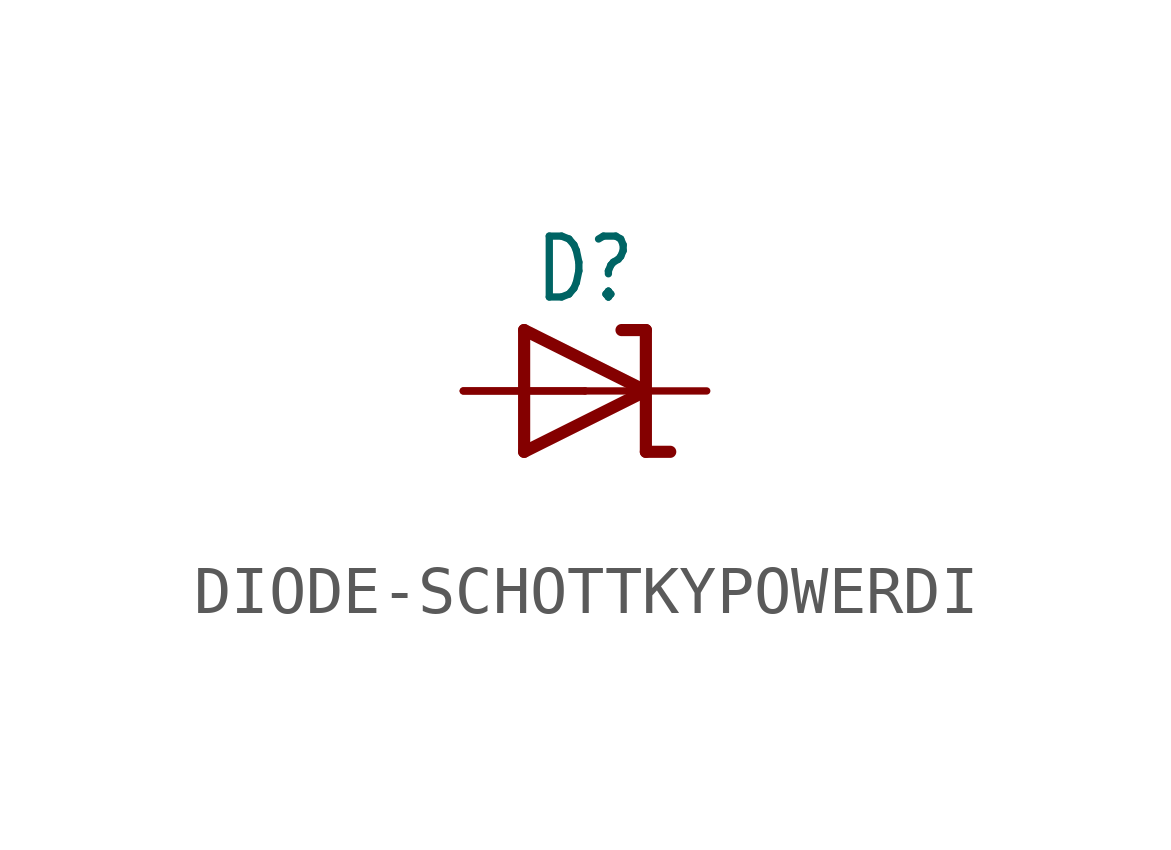
<source format=kicad_sym>
(kicad_symbol_lib
  (version 20231120)
  (generator "kicad_symbol_editor")
  (generator_version "8.0")
  (symbol "DIODE-SCHOTTKYPOWERDI"
    (property "Reference" "D"
      (at 0 2.54 0)
      (effects (font (size 1.27 1.079))))
    (property "Value" ""
      (at 0 -2.5 0)
      (effects (font (size 1.27 1.079))))
    (property "ki_locked" ""
      (at 0 0 0)
      (effects (font (size 1.27 1.27))))
    (symbol "DIODE-SCHOTTKYPOWERDI_1_0"
      (polyline (pts (xy -1.27 -1.27) (xy 1.27 0)) (stroke (width 0.254) (type solid)) (fill (type none)))
      (polyline (pts (xy -1.27 1.27) (xy -1.27 -1.27)) (stroke (width 0.254) (type solid)) (fill (type none)))
      (polyline (pts (xy 1.27 -1.27) (xy 1.778 -1.27)) (stroke (width 0.254) (type solid)) (fill (type none)))
      (polyline (pts (xy 1.27 0) (xy -1.27 1.27)) (stroke (width 0.254) (type solid)) (fill (type none)))
      (polyline (pts (xy 1.27 0) (xy 1.27 -1.27)) (stroke (width 0.254) (type solid)) (fill (type none)))
      (polyline (pts (xy 1.27 1.27) (xy 0.762 1.27)) (stroke (width 0.254) (type solid)) (fill (type none)))
      (polyline (pts (xy 1.27 1.27) (xy 1.27 0)) (stroke (width 0.254) (type solid)) (fill (type none)))
      (pin passive line (at -2.54 0 0) (length 2.54) (name "A" (effects (font (size 0 0)))) (number "A1" (effects (font (size 0 0)))))
      (pin passive line (at -2.54 0 0) (length 2.54) (name "A" (effects (font (size 0 0)))) (number "A2" (effects (font (size 0 0)))))
      (pin passive line (at 2.54 0 180) (length 2.54) (name "C" (effects (font (size 0 0)))) (number "C" (effects (font (size 0 0))))))))
</source>
